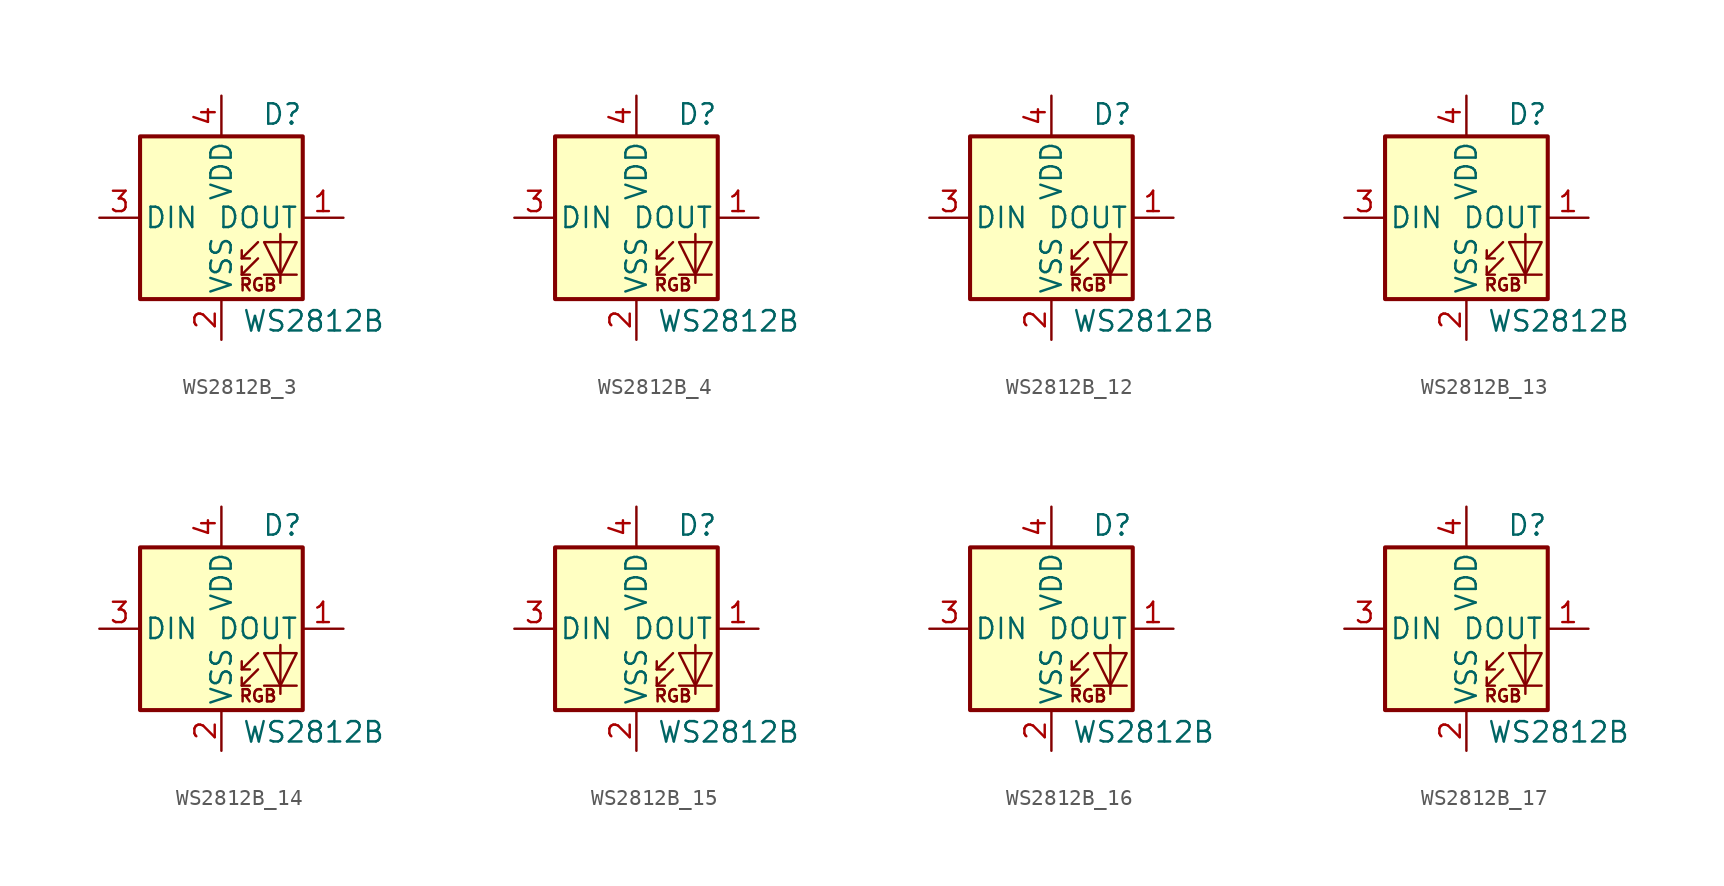
<source format=kicad_sym>
(kicad_symbol_lib
  (version 20220914)
  (generator kicad_symbol_editor)
  (symbol "WS2812B_3"
    (pin_names
      (offset 0.254))
    (property "Reference" "D"
      (at 5.08 5.715 0)
      (effects (font (size 1.27 1.27)) (justify right bottom)))
    (property "Value" "WS2812B"
      (at 1.27 -5.715 0)
      (effects (font (size 1.27 1.27)) (justify left top)))
    (symbol "WS2812B_3_0_0"
      (text "RGB" (at 2.286 -4.191 0) (effects (font (size 0.762 0.762)))))
    (symbol "WS2812B_3_0_1"
      (polyline (pts (xy 1.27 -3.556) (xy 1.778 -3.556)) (stroke (width 0) (type default)) (fill (type none)))
      (polyline (pts (xy 1.27 -2.54) (xy 1.778 -2.54)) (stroke (width 0) (type default)) (fill (type none)))
      (polyline (pts (xy 4.699 -3.556) (xy 2.667 -3.556)) (stroke (width 0) (type default)) (fill (type none)))
      (polyline (pts (xy 2.286 -2.54) (xy 1.27 -3.556) (xy 1.27 -3.048)) (stroke (width 0) (type default)) (fill (type none)))
      (polyline (pts (xy 2.286 -1.524) (xy 1.27 -2.54) (xy 1.27 -2.032)) (stroke (width 0) (type default)) (fill (type none)))
      (polyline (pts (xy 3.683 -1.016) (xy 3.683 -3.556) (xy 3.683 -4.064)) (stroke (width 0) (type default)) (fill (type none)))
      (polyline (pts (xy 4.699 -1.524) (xy 2.667 -1.524) (xy 3.683 -3.556) (xy 4.699 -1.524)) (stroke (width 0) (type default)) (fill (type none)))
      (rectangle (start 5.08 5.08) (end -5.08 -5.08) (stroke (width 0.254) (type default)) (fill (type background))))
    (symbol "WS2812B_3_1_1"
      (pin output line (at 7.62 0 180) (length 2.54) (name "DOUT" (effects (font (size 1.27 1.27)))) (number "1" (effects (font (size 1.27 1.27)))))
      (pin power_in line (at 0 -7.62 90) (length 2.54) (name "VSS" (effects (font (size 1.27 1.27)))) (number "2" (effects (font (size 1.27 1.27)))))
      (pin input line (at -7.62 0 0) (length 2.54) (name "DIN" (effects (font (size 1.27 1.27)))) (number "3" (effects (font (size 1.27 1.27)))))
      (pin power_in line (at 0 7.62 270) (length 2.54) (name "VDD" (effects (font (size 1.27 1.27)))) (number "4" (effects (font (size 1.27 1.27)))))))
  (symbol "WS2812B_4"
    (pin_names
      (offset 0.254))
    (property "Reference" "D"
      (at 5.08 5.715 0)
      (effects (font (size 1.27 1.27)) (justify right bottom)))
    (property "Value" "WS2812B"
      (at 1.27 -5.715 0)
      (effects (font (size 1.27 1.27)) (justify left top)))
    (symbol "WS2812B_4_0_0"
      (text "RGB" (at 2.286 -4.191 0) (effects (font (size 0.762 0.762)))))
    (symbol "WS2812B_4_0_1"
      (polyline (pts (xy 1.27 -3.556) (xy 1.778 -3.556)) (stroke (width 0) (type default)) (fill (type none)))
      (polyline (pts (xy 1.27 -2.54) (xy 1.778 -2.54)) (stroke (width 0) (type default)) (fill (type none)))
      (polyline (pts (xy 4.699 -3.556) (xy 2.667 -3.556)) (stroke (width 0) (type default)) (fill (type none)))
      (polyline (pts (xy 2.286 -2.54) (xy 1.27 -3.556) (xy 1.27 -3.048)) (stroke (width 0) (type default)) (fill (type none)))
      (polyline (pts (xy 2.286 -1.524) (xy 1.27 -2.54) (xy 1.27 -2.032)) (stroke (width 0) (type default)) (fill (type none)))
      (polyline (pts (xy 3.683 -1.016) (xy 3.683 -3.556) (xy 3.683 -4.064)) (stroke (width 0) (type default)) (fill (type none)))
      (polyline (pts (xy 4.699 -1.524) (xy 2.667 -1.524) (xy 3.683 -3.556) (xy 4.699 -1.524)) (stroke (width 0) (type default)) (fill (type none)))
      (rectangle (start 5.08 5.08) (end -5.08 -5.08) (stroke (width 0.254) (type default)) (fill (type background))))
    (symbol "WS2812B_4_1_1"
      (pin output line (at 7.62 0 180) (length 2.54) (name "DOUT" (effects (font (size 1.27 1.27)))) (number "1" (effects (font (size 1.27 1.27)))))
      (pin power_in line (at 0 -7.62 90) (length 2.54) (name "VSS" (effects (font (size 1.27 1.27)))) (number "2" (effects (font (size 1.27 1.27)))))
      (pin input line (at -7.62 0 0) (length 2.54) (name "DIN" (effects (font (size 1.27 1.27)))) (number "3" (effects (font (size 1.27 1.27)))))
      (pin power_in line (at 0 7.62 270) (length 2.54) (name "VDD" (effects (font (size 1.27 1.27)))) (number "4" (effects (font (size 1.27 1.27)))))))
  (symbol "WS2812B_12"
    (pin_names
      (offset 0.254))
    (property "Reference" "D"
      (at 5.08 5.715 0)
      (effects (font (size 1.27 1.27)) (justify right bottom)))
    (property "Value" "WS2812B"
      (at 1.27 -5.715 0)
      (effects (font (size 1.27 1.27)) (justify left top)))
    (symbol "WS2812B_12_0_0"
      (text "RGB" (at 2.286 -4.191 0) (effects (font (size 0.762 0.762)))))
    (symbol "WS2812B_12_0_1"
      (polyline (pts (xy 1.27 -3.556) (xy 1.778 -3.556)) (stroke (width 0) (type default)) (fill (type none)))
      (polyline (pts (xy 1.27 -2.54) (xy 1.778 -2.54)) (stroke (width 0) (type default)) (fill (type none)))
      (polyline (pts (xy 4.699 -3.556) (xy 2.667 -3.556)) (stroke (width 0) (type default)) (fill (type none)))
      (polyline (pts (xy 2.286 -2.54) (xy 1.27 -3.556) (xy 1.27 -3.048)) (stroke (width 0) (type default)) (fill (type none)))
      (polyline (pts (xy 2.286 -1.524) (xy 1.27 -2.54) (xy 1.27 -2.032)) (stroke (width 0) (type default)) (fill (type none)))
      (polyline (pts (xy 3.683 -1.016) (xy 3.683 -3.556) (xy 3.683 -4.064)) (stroke (width 0) (type default)) (fill (type none)))
      (polyline (pts (xy 4.699 -1.524) (xy 2.667 -1.524) (xy 3.683 -3.556) (xy 4.699 -1.524)) (stroke (width 0) (type default)) (fill (type none)))
      (rectangle (start 5.08 5.08) (end -5.08 -5.08) (stroke (width 0.254) (type default)) (fill (type background))))
    (symbol "WS2812B_12_1_1"
      (pin output line (at 7.62 0 180) (length 2.54) (name "DOUT" (effects (font (size 1.27 1.27)))) (number "1" (effects (font (size 1.27 1.27)))))
      (pin power_in line (at 0 -7.62 90) (length 2.54) (name "VSS" (effects (font (size 1.27 1.27)))) (number "2" (effects (font (size 1.27 1.27)))))
      (pin input line (at -7.62 0 0) (length 2.54) (name "DIN" (effects (font (size 1.27 1.27)))) (number "3" (effects (font (size 1.27 1.27)))))
      (pin power_in line (at 0 7.62 270) (length 2.54) (name "VDD" (effects (font (size 1.27 1.27)))) (number "4" (effects (font (size 1.27 1.27)))))))
  (symbol "WS2812B_13"
    (pin_names
      (offset 0.254))
    (property "Reference" "D"
      (at 5.08 5.715 0)
      (effects (font (size 1.27 1.27)) (justify right bottom)))
    (property "Value" "WS2812B"
      (at 1.27 -5.715 0)
      (effects (font (size 1.27 1.27)) (justify left top)))
    (symbol "WS2812B_13_0_0"
      (text "RGB" (at 2.286 -4.191 0) (effects (font (size 0.762 0.762)))))
    (symbol "WS2812B_13_0_1"
      (polyline (pts (xy 1.27 -3.556) (xy 1.778 -3.556)) (stroke (width 0) (type default)) (fill (type none)))
      (polyline (pts (xy 1.27 -2.54) (xy 1.778 -2.54)) (stroke (width 0) (type default)) (fill (type none)))
      (polyline (pts (xy 4.699 -3.556) (xy 2.667 -3.556)) (stroke (width 0) (type default)) (fill (type none)))
      (polyline (pts (xy 2.286 -2.54) (xy 1.27 -3.556) (xy 1.27 -3.048)) (stroke (width 0) (type default)) (fill (type none)))
      (polyline (pts (xy 2.286 -1.524) (xy 1.27 -2.54) (xy 1.27 -2.032)) (stroke (width 0) (type default)) (fill (type none)))
      (polyline (pts (xy 3.683 -1.016) (xy 3.683 -3.556) (xy 3.683 -4.064)) (stroke (width 0) (type default)) (fill (type none)))
      (polyline (pts (xy 4.699 -1.524) (xy 2.667 -1.524) (xy 3.683 -3.556) (xy 4.699 -1.524)) (stroke (width 0) (type default)) (fill (type none)))
      (rectangle (start 5.08 5.08) (end -5.08 -5.08) (stroke (width 0.254) (type default)) (fill (type background))))
    (symbol "WS2812B_13_1_1"
      (pin output line (at 7.62 0 180) (length 2.54) (name "DOUT" (effects (font (size 1.27 1.27)))) (number "1" (effects (font (size 1.27 1.27)))))
      (pin power_in line (at 0 -7.62 90) (length 2.54) (name "VSS" (effects (font (size 1.27 1.27)))) (number "2" (effects (font (size 1.27 1.27)))))
      (pin input line (at -7.62 0 0) (length 2.54) (name "DIN" (effects (font (size 1.27 1.27)))) (number "3" (effects (font (size 1.27 1.27)))))
      (pin power_in line (at 0 7.62 270) (length 2.54) (name "VDD" (effects (font (size 1.27 1.27)))) (number "4" (effects (font (size 1.27 1.27)))))))
  (symbol "WS2812B_14"
    (pin_names
      (offset 0.254))
    (property "Reference" "D"
      (at 5.08 5.715 0)
      (effects (font (size 1.27 1.27)) (justify right bottom)))
    (property "Value" "WS2812B"
      (at 1.27 -5.715 0)
      (effects (font (size 1.27 1.27)) (justify left top)))
    (symbol "WS2812B_14_0_0"
      (text "RGB" (at 2.286 -4.191 0) (effects (font (size 0.762 0.762)))))
    (symbol "WS2812B_14_0_1"
      (polyline (pts (xy 1.27 -3.556) (xy 1.778 -3.556)) (stroke (width 0) (type default)) (fill (type none)))
      (polyline (pts (xy 1.27 -2.54) (xy 1.778 -2.54)) (stroke (width 0) (type default)) (fill (type none)))
      (polyline (pts (xy 4.699 -3.556) (xy 2.667 -3.556)) (stroke (width 0) (type default)) (fill (type none)))
      (polyline (pts (xy 2.286 -2.54) (xy 1.27 -3.556) (xy 1.27 -3.048)) (stroke (width 0) (type default)) (fill (type none)))
      (polyline (pts (xy 2.286 -1.524) (xy 1.27 -2.54) (xy 1.27 -2.032)) (stroke (width 0) (type default)) (fill (type none)))
      (polyline (pts (xy 3.683 -1.016) (xy 3.683 -3.556) (xy 3.683 -4.064)) (stroke (width 0) (type default)) (fill (type none)))
      (polyline (pts (xy 4.699 -1.524) (xy 2.667 -1.524) (xy 3.683 -3.556) (xy 4.699 -1.524)) (stroke (width 0) (type default)) (fill (type none)))
      (rectangle (start 5.08 5.08) (end -5.08 -5.08) (stroke (width 0.254) (type default)) (fill (type background))))
    (symbol "WS2812B_14_1_1"
      (pin output line (at 7.62 0 180) (length 2.54) (name "DOUT" (effects (font (size 1.27 1.27)))) (number "1" (effects (font (size 1.27 1.27)))))
      (pin power_in line (at 0 -7.62 90) (length 2.54) (name "VSS" (effects (font (size 1.27 1.27)))) (number "2" (effects (font (size 1.27 1.27)))))
      (pin input line (at -7.62 0 0) (length 2.54) (name "DIN" (effects (font (size 1.27 1.27)))) (number "3" (effects (font (size 1.27 1.27)))))
      (pin power_in line (at 0 7.62 270) (length 2.54) (name "VDD" (effects (font (size 1.27 1.27)))) (number "4" (effects (font (size 1.27 1.27)))))))
  (symbol "WS2812B_15"
    (pin_names
      (offset 0.254))
    (property "Reference" "D"
      (at 5.08 5.715 0)
      (effects (font (size 1.27 1.27)) (justify right bottom)))
    (property "Value" "WS2812B"
      (at 1.27 -5.715 0)
      (effects (font (size 1.27 1.27)) (justify left top)))
    (symbol "WS2812B_15_0_0"
      (text "RGB" (at 2.286 -4.191 0) (effects (font (size 0.762 0.762)))))
    (symbol "WS2812B_15_0_1"
      (polyline (pts (xy 1.27 -3.556) (xy 1.778 -3.556)) (stroke (width 0) (type default)) (fill (type none)))
      (polyline (pts (xy 1.27 -2.54) (xy 1.778 -2.54)) (stroke (width 0) (type default)) (fill (type none)))
      (polyline (pts (xy 4.699 -3.556) (xy 2.667 -3.556)) (stroke (width 0) (type default)) (fill (type none)))
      (polyline (pts (xy 2.286 -2.54) (xy 1.27 -3.556) (xy 1.27 -3.048)) (stroke (width 0) (type default)) (fill (type none)))
      (polyline (pts (xy 2.286 -1.524) (xy 1.27 -2.54) (xy 1.27 -2.032)) (stroke (width 0) (type default)) (fill (type none)))
      (polyline (pts (xy 3.683 -1.016) (xy 3.683 -3.556) (xy 3.683 -4.064)) (stroke (width 0) (type default)) (fill (type none)))
      (polyline (pts (xy 4.699 -1.524) (xy 2.667 -1.524) (xy 3.683 -3.556) (xy 4.699 -1.524)) (stroke (width 0) (type default)) (fill (type none)))
      (rectangle (start 5.08 5.08) (end -5.08 -5.08) (stroke (width 0.254) (type default)) (fill (type background))))
    (symbol "WS2812B_15_1_1"
      (pin output line (at 7.62 0 180) (length 2.54) (name "DOUT" (effects (font (size 1.27 1.27)))) (number "1" (effects (font (size 1.27 1.27)))))
      (pin power_in line (at 0 -7.62 90) (length 2.54) (name "VSS" (effects (font (size 1.27 1.27)))) (number "2" (effects (font (size 1.27 1.27)))))
      (pin input line (at -7.62 0 0) (length 2.54) (name "DIN" (effects (font (size 1.27 1.27)))) (number "3" (effects (font (size 1.27 1.27)))))
      (pin power_in line (at 0 7.62 270) (length 2.54) (name "VDD" (effects (font (size 1.27 1.27)))) (number "4" (effects (font (size 1.27 1.27)))))))
  (symbol "WS2812B_16"
    (pin_names
      (offset 0.254))
    (property "Reference" "D"
      (at 5.08 5.715 0)
      (effects (font (size 1.27 1.27)) (justify right bottom)))
    (property "Value" "WS2812B"
      (at 1.27 -5.715 0)
      (effects (font (size 1.27 1.27)) (justify left top)))
    (symbol "WS2812B_16_0_0"
      (text "RGB" (at 2.286 -4.191 0) (effects (font (size 0.762 0.762)))))
    (symbol "WS2812B_16_0_1"
      (polyline (pts (xy 1.27 -3.556) (xy 1.778 -3.556)) (stroke (width 0) (type default)) (fill (type none)))
      (polyline (pts (xy 1.27 -2.54) (xy 1.778 -2.54)) (stroke (width 0) (type default)) (fill (type none)))
      (polyline (pts (xy 4.699 -3.556) (xy 2.667 -3.556)) (stroke (width 0) (type default)) (fill (type none)))
      (polyline (pts (xy 2.286 -2.54) (xy 1.27 -3.556) (xy 1.27 -3.048)) (stroke (width 0) (type default)) (fill (type none)))
      (polyline (pts (xy 2.286 -1.524) (xy 1.27 -2.54) (xy 1.27 -2.032)) (stroke (width 0) (type default)) (fill (type none)))
      (polyline (pts (xy 3.683 -1.016) (xy 3.683 -3.556) (xy 3.683 -4.064)) (stroke (width 0) (type default)) (fill (type none)))
      (polyline (pts (xy 4.699 -1.524) (xy 2.667 -1.524) (xy 3.683 -3.556) (xy 4.699 -1.524)) (stroke (width 0) (type default)) (fill (type none)))
      (rectangle (start 5.08 5.08) (end -5.08 -5.08) (stroke (width 0.254) (type default)) (fill (type background))))
    (symbol "WS2812B_16_1_1"
      (pin output line (at 7.62 0 180) (length 2.54) (name "DOUT" (effects (font (size 1.27 1.27)))) (number "1" (effects (font (size 1.27 1.27)))))
      (pin power_in line (at 0 -7.62 90) (length 2.54) (name "VSS" (effects (font (size 1.27 1.27)))) (number "2" (effects (font (size 1.27 1.27)))))
      (pin input line (at -7.62 0 0) (length 2.54) (name "DIN" (effects (font (size 1.27 1.27)))) (number "3" (effects (font (size 1.27 1.27)))))
      (pin power_in line (at 0 7.62 270) (length 2.54) (name "VDD" (effects (font (size 1.27 1.27)))) (number "4" (effects (font (size 1.27 1.27)))))))
  (symbol "WS2812B_17"
    (pin_names
      (offset 0.254))
    (property "Reference" "D"
      (at 5.08 5.715 0)
      (effects (font (size 1.27 1.27)) (justify right bottom)))
    (property "Value" "WS2812B"
      (at 1.27 -5.715 0)
      (effects (font (size 1.27 1.27)) (justify left top)))
    (symbol "WS2812B_17_0_0"
      (text "RGB" (at 2.286 -4.191 0) (effects (font (size 0.762 0.762)))))
    (symbol "WS2812B_17_0_1"
      (polyline (pts (xy 1.27 -3.556) (xy 1.778 -3.556)) (stroke (width 0) (type default)) (fill (type none)))
      (polyline (pts (xy 1.27 -2.54) (xy 1.778 -2.54)) (stroke (width 0) (type default)) (fill (type none)))
      (polyline (pts (xy 4.699 -3.556) (xy 2.667 -3.556)) (stroke (width 0) (type default)) (fill (type none)))
      (polyline (pts (xy 2.286 -2.54) (xy 1.27 -3.556) (xy 1.27 -3.048)) (stroke (width 0) (type default)) (fill (type none)))
      (polyline (pts (xy 2.286 -1.524) (xy 1.27 -2.54) (xy 1.27 -2.032)) (stroke (width 0) (type default)) (fill (type none)))
      (polyline (pts (xy 3.683 -1.016) (xy 3.683 -3.556) (xy 3.683 -4.064)) (stroke (width 0) (type default)) (fill (type none)))
      (polyline (pts (xy 4.699 -1.524) (xy 2.667 -1.524) (xy 3.683 -3.556) (xy 4.699 -1.524)) (stroke (width 0) (type default)) (fill (type none)))
      (rectangle (start 5.08 5.08) (end -5.08 -5.08) (stroke (width 0.254) (type default)) (fill (type background))))
    (symbol "WS2812B_17_1_1"
      (pin output line (at 7.62 0 180) (length 2.54) (name "DOUT" (effects (font (size 1.27 1.27)))) (number "1" (effects (font (size 1.27 1.27)))))
      (pin power_in line (at 0 -7.62 90) (length 2.54) (name "VSS" (effects (font (size 1.27 1.27)))) (number "2" (effects (font (size 1.27 1.27)))))
      (pin input line (at -7.62 0 0) (length 2.54) (name "DIN" (effects (font (size 1.27 1.27)))) (number "3" (effects (font (size 1.27 1.27)))))
      (pin power_in line (at 0 7.62 270) (length 2.54) (name "VDD" (effects (font (size 1.27 1.27)))) (number "4" (effects (font (size 1.27 1.27))))))))
</source>
